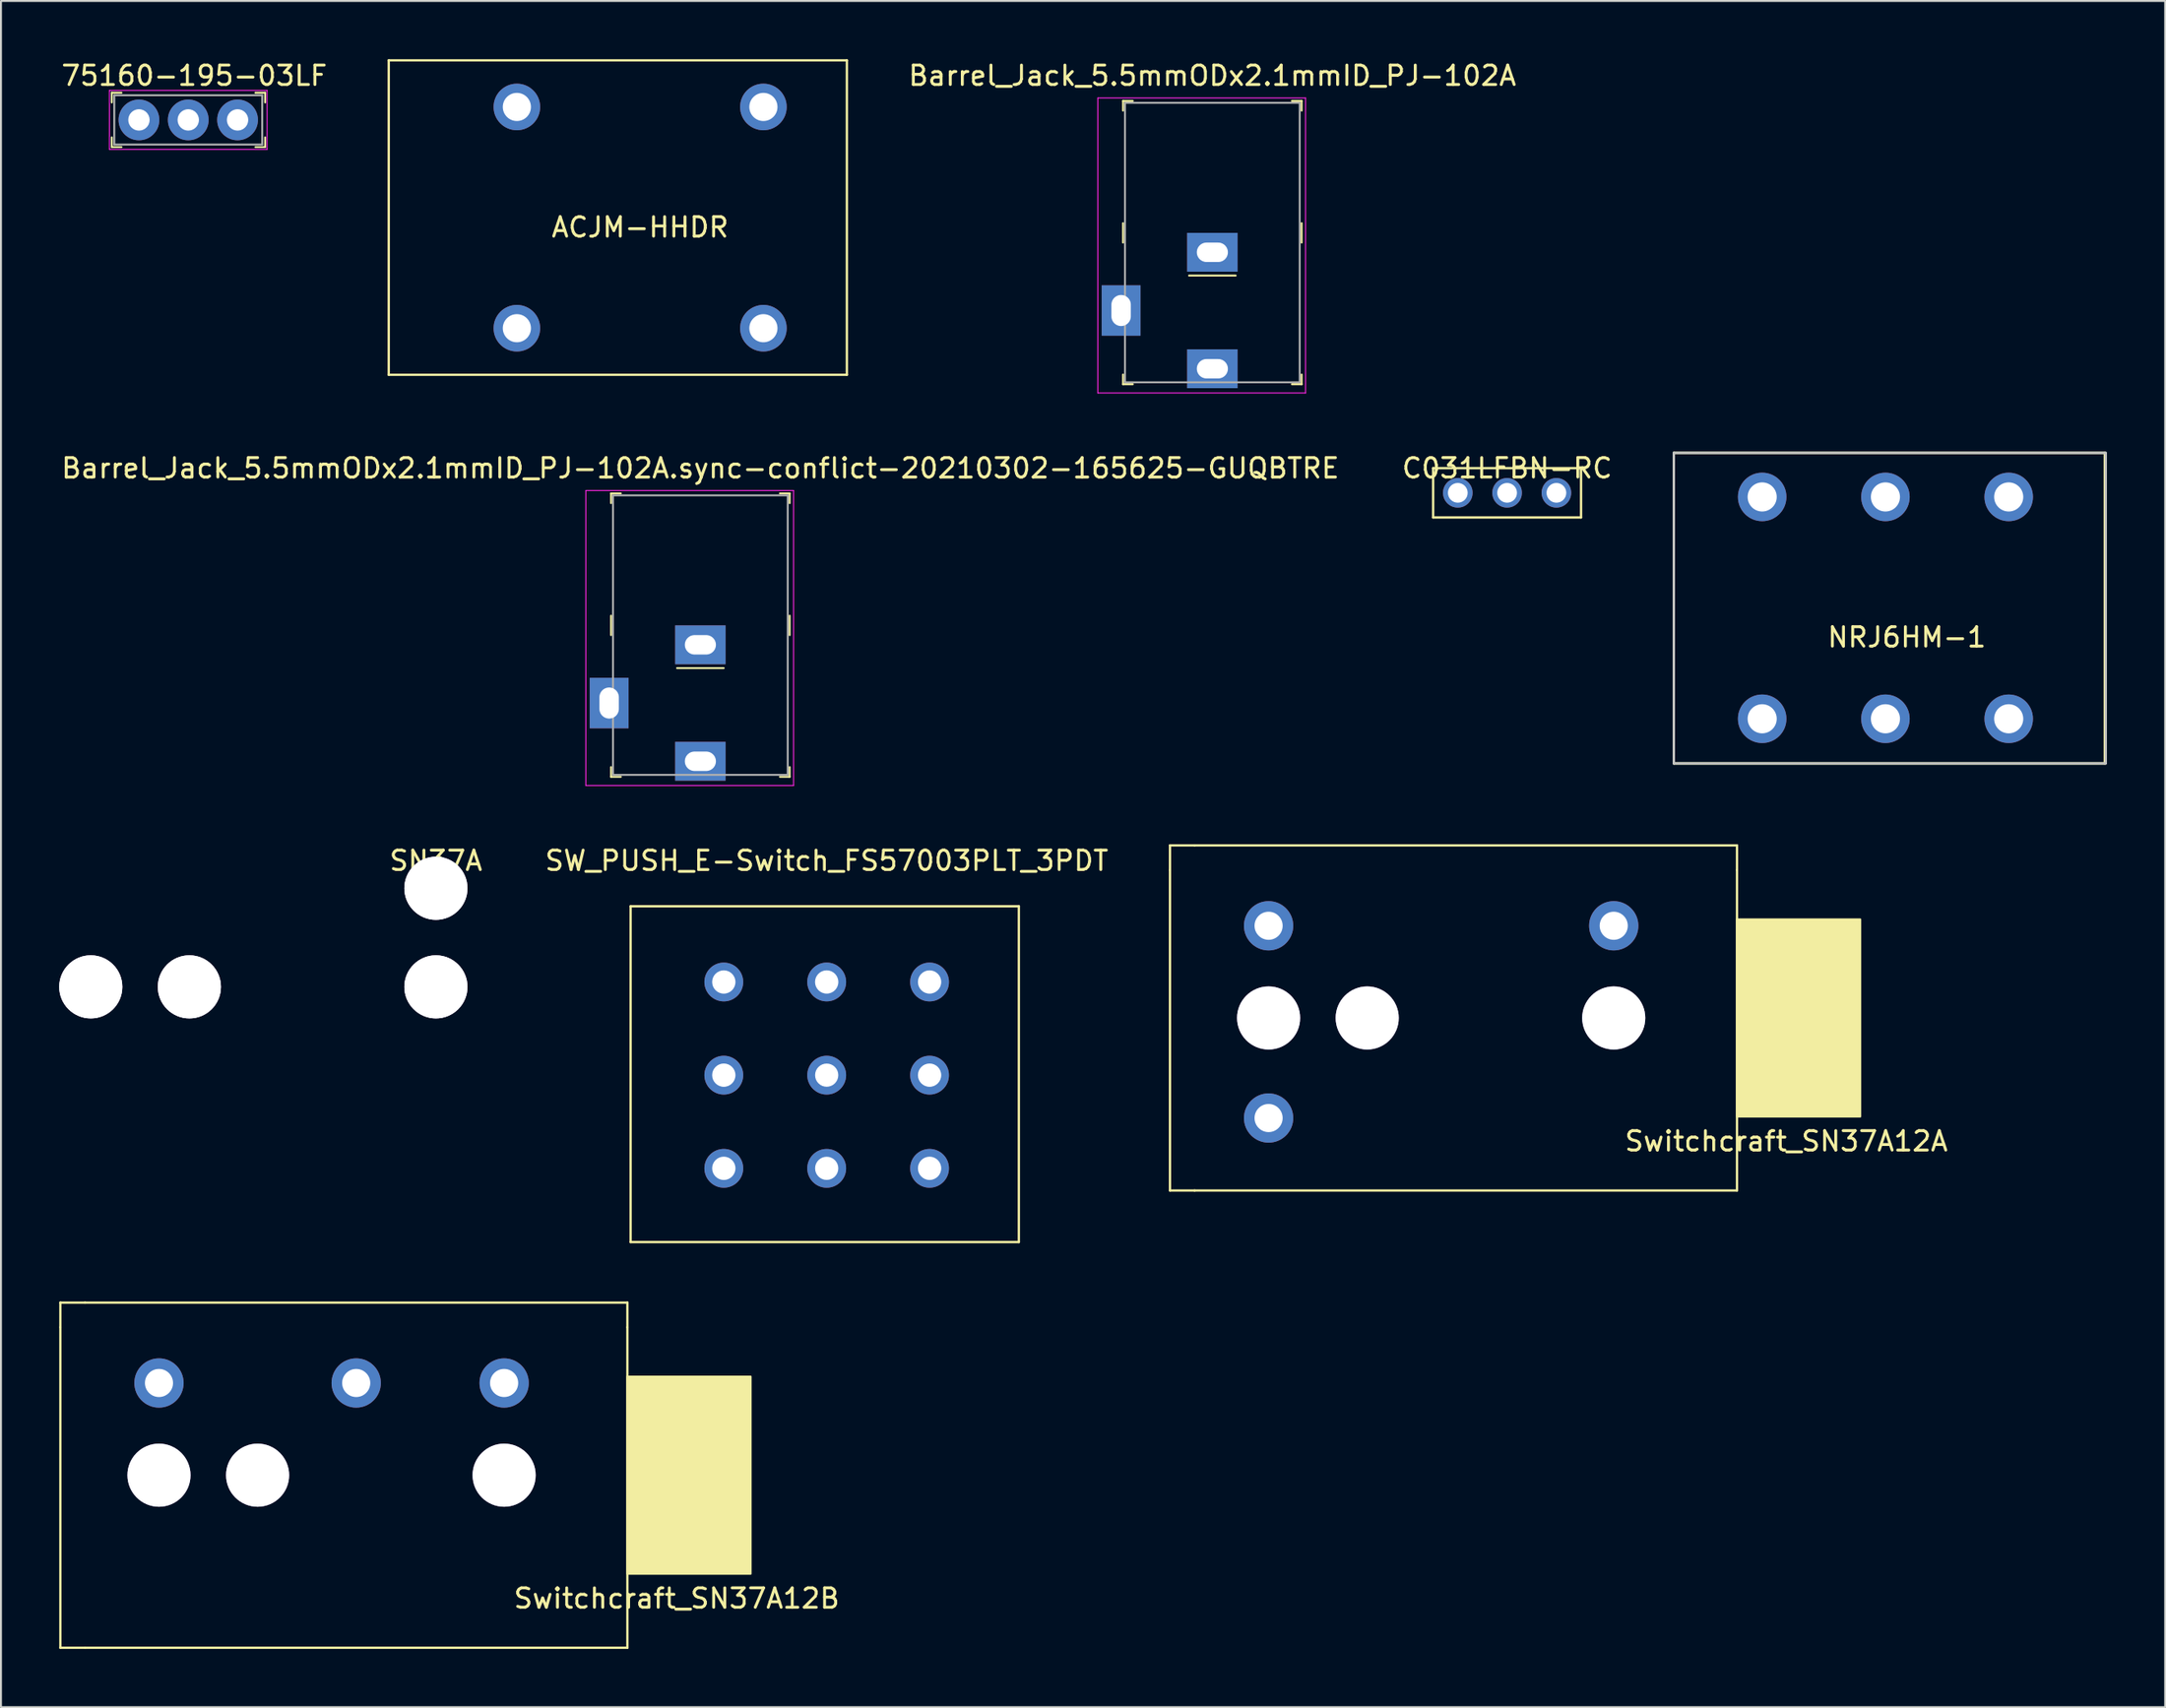
<source format=kicad_pcb>
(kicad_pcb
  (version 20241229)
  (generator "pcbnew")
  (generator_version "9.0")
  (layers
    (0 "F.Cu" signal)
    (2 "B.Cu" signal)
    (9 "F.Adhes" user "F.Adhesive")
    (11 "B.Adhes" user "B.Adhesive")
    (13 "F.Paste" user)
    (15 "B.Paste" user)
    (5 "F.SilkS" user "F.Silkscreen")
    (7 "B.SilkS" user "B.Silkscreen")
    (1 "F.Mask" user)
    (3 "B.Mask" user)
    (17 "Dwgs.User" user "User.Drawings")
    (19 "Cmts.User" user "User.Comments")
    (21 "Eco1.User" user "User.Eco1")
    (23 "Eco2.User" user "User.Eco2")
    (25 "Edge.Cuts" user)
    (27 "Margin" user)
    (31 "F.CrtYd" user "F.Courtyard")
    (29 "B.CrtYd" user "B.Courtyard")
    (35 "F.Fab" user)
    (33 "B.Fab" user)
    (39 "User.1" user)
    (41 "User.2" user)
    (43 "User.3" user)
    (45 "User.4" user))
  (footprint "NRJ6HM-1"
    (layer "F.Cu")
    (at 105.179 29.783)
    (property "Reference" "NRJ6HM-1" (at -10 0 0) (layer "F.SilkS") (effects (font (size 1 1) (thickness 0.15))))
    (attr through_hole)
    (fp_line (start -22 -9.5) (end 0.2 -9.5) (stroke (width 0.12) (type solid)) (layer "F.SilkS"))
    (fp_line (start -22 6.5) (end -22 -9.5) (stroke (width 0.12) (type solid)) (layer "F.SilkS"))
    (fp_line (start 0.2 -9.5) (end 0.2 6.5) (stroke (width 0.12) (type solid)) (layer "F.SilkS"))
    (fp_line (start 0.2 6.5) (end -22 6.5) (stroke (width 0.12) (type solid)) (layer "F.SilkS"))
    (fp_line (start -22 -9.5) (end 0.25 -9.5) (stroke (width 0.12) (type solid)) (layer "Dwgs.User"))
    (fp_line (start -22 6.5) (end -22 -9.5) (stroke (width 0.12) (type solid)) (layer "Dwgs.User"))
    (fp_line (start 0.25 -9.5) (end 0.25 6.5) (stroke (width 0.12) (type solid)) (layer "Dwgs.User"))
    (fp_line (start 0.25 6.5) (end -22 6.5) (stroke (width 0.12) (type solid)) (layer "Dwgs.User"))
    (pad "R" thru_hole circle (at -11.1 -7.23) (size 2.5 2.5) (drill 1.5) (layers "*.Cu" "*.Mask"))
    (pad "RN" thru_hole circle (at -11.1 4.2) (size 2.5 2.5) (drill 1.5) (layers "*.Cu" "*.Mask"))
    (pad "S" thru_hole circle (at -4.75 -7.23) (size 2.5 2.5) (drill 1.5) (layers "*.Cu" "*.Mask"))
    (pad "S" thru_hole circle (at -4.75 4.2) (size 2.5 2.5) (drill 1.5) (layers "*.Cu" "*.Mask"))
    (pad "T" thru_hole circle (at -17.45 -7.23) (size 2.5 2.5) (drill 1.5) (layers "*.Cu" "*.Mask"))
    (pad "TN" thru_hole circle (at -17.45 4.2) (size 2.5 2.5) (drill 1.5) (layers "*.Cu" "*.Mask")))
  (footprint "ACJM-HHDR"
    (layer "F.Cu")
    (at 29.927 8.16)
    (property "Reference" "ACJM-HHDR" (at 0 0.5 0) (layer "F.SilkS") (effects (font (size 1 1) (thickness 0.15))))
    (attr through_hole)
    (fp_line (start -12.95 -8.1) (end 10.65 -8.1) (stroke (width 0.12) (type solid)) (layer "F.SilkS"))
    (fp_line (start -12.95 8.1) (end -12.95 -8.1) (stroke (width 0.12) (type solid)) (layer "F.SilkS"))
    (fp_line (start 10.65 -8.1) (end 10.65 8.1) (stroke (width 0.12) (type solid)) (layer "F.SilkS"))
    (fp_line (start 10.65 8.1) (end -12.95 8.1) (stroke (width 0.12) (type solid)) (layer "F.SilkS"))
    (pad "S" thru_hole circle (at 6.35 -5.7) (size 2.4 2.4) (drill 1.45) (layers "*.Cu" "*.Mask"))
    (pad "SN" thru_hole circle (at 6.35 5.7) (size 2.4 2.4) (drill 1.45) (layers "*.Cu" "*.Mask"))
    (pad "T" thru_hole circle (at -6.35 -5.7) (size 2.4 2.4) (drill 1.45) (layers "*.Cu" "*.Mask"))
    (pad "TN" thru_hole circle (at -6.35 5.7) (size 2.4 2.4) (drill 1.45) (layers "*.Cu" "*.Mask")))
  (footprint "SN37A"
    (layer "F.Cu")
    (at 19.406 47.795)
    (property "Reference" "SN37A" (at 0 -6.5 0) (layer "F.SilkS") (effects (font (size 1 1) (thickness 0.15))))
    (attr through_hole)
    (pad "" thru_hole circle (at -17.78 0) (size 3.251 3.251) (drill 3.251) (layers "*.Cu" "*.Mask" "Dwgs.User"))
    (pad "" thru_hole circle (at -12.7 0) (size 3.251 3.251) (drill 3.251) (layers "*.Cu" "*.Mask" "Dwgs.User"))
    (pad "" thru_hole circle (at 0 0) (size 3.251 3.251) (drill 3.251) (layers "*.Cu" "*.Mask" "Dwgs.User"))
    (pad "0" thru_hole circle (at 0 -5.08) (size 3.251 3.251) (drill 3.251) (layers "*.Cu" "*.Mask" "Dwgs.User")))
  (footprint "Barrel_Jack_5.5mmODx2.1mmID_PJ-102A"
    (layer "F.Cu")
    (at 59.405 12.948)
    (property "Reference" "Barrel_Jack_5.5mmODx2.1mmID_PJ-102A" (at 0 -12.1 0) (layer "F.SilkS") (effects (font (size 1 1) (thickness 0.15))))
    (attr through_hole)
    (fp_line (start -4.6 -10.8) (end -4.6 -10.3) (stroke (width 0.1) (type solid)) (layer "F.SilkS"))
    (fp_line (start -4.6 -10.8) (end -4.1 -10.8) (stroke (width 0.1) (type solid)) (layer "F.SilkS"))
    (fp_line (start -4.6 -3.5) (end -4.6 -4.5) (stroke (width 0.1) (type solid)) (layer "F.SilkS"))
    (fp_line (start -4.6 3.8) (end -4.6 3.3) (stroke (width 0.1) (type solid)) (layer "F.SilkS"))
    (fp_line (start -4.6 3.8) (end -4.1 3.8) (stroke (width 0.1) (type solid)) (layer "F.SilkS"))
    (fp_line (start -1.2 -1.8) (end 1.2 -1.8) (stroke (width 0.1) (type solid)) (layer "F.SilkS"))
    (fp_line (start 4.6 -10.8) (end 4.1 -10.8) (stroke (width 0.1) (type solid)) (layer "F.SilkS"))
    (fp_line (start 4.6 -10.8) (end 4.6 -10.3) (stroke (width 0.1) (type solid)) (layer "F.SilkS"))
    (fp_line (start 4.6 -3.5) (end 4.6 -4.5) (stroke (width 0.1) (type solid)) (layer "F.SilkS"))
    (fp_line (start 4.6 3.8) (end 4.1 3.8) (stroke (width 0.1) (type solid)) (layer "F.SilkS"))
    (fp_line (start 4.6 3.8) (end 4.6 3.3) (stroke (width 0.1) (type solid)) (layer "F.SilkS"))
    (fp_line (start -5.9 -10.95) (end -5.9 4.25) (stroke (width 0.05) (type solid)) (layer "F.CrtYd"))
    (fp_line (start -5.9 -10.95) (end 4.8 -10.95) (stroke (width 0.05) (type solid)) (layer "F.CrtYd"))
    (fp_line (start -5.9 4.25) (end 4.8 4.25) (stroke (width 0.05) (type solid)) (layer "F.CrtYd"))
    (fp_line (start 4.8 -10.95) (end 4.8 4.25) (stroke (width 0.05) (type solid)) (layer "F.CrtYd"))
    (fp_line (start -4.5 -10.7) (end 4.5 -10.7) (stroke (width 0.1) (type solid)) (layer "F.Fab"))
    (fp_line (start -4.5 3.7) (end -4.5 -10.7) (stroke (width 0.1) (type solid)) (layer "F.Fab"))
    (fp_line (start -4.5 3.7) (end 4.5 3.7) (stroke (width 0.1) (type solid)) (layer "F.Fab"))
    (fp_line (start 4.5 3.7) (end 4.5 -10.7) (stroke (width 0.1) (type solid)) (layer "F.Fab"))
    (pad "1" thru_hole rect (at 0 3) (size 2.6 2) (drill oval 1.6 1) (layers "*.Cu" "*.Mask"))
    (pad "2" thru_hole rect (at 0 -3) (size 2.6 2) (drill oval 1.6 1) (layers "*.Cu" "*.Mask"))
    (pad "3" thru_hole rect (at -4.7 0) (size 2 2.6) (drill oval 1 1.6) (layers "*.Cu" "*.Mask")))
  (footprint "Switchcraft_SN37A12B"
    (layer "F.Cu")
    (at 22.92 72.954)
    (property "Reference" "Switchcraft_SN37A12B" (at 8.89 6.35 180) (layer "F.SilkS") (effects (font (size 1 1) (thickness 0.15))))
    (attr through_hole)
    (fp_line (start -22.86 -8.89) (end -22.86 -7.62) (stroke (width 0.12) (type solid)) (layer "F.SilkS"))
    (fp_line (start -22.86 -7.62) (end -22.86 8.89) (stroke (width 0.12) (type solid)) (layer "F.SilkS"))
    (fp_line (start -22.86 8.89) (end -21.59 8.89) (stroke (width 0.12) (type solid)) (layer "F.SilkS"))
    (fp_line (start -21.59 -8.89) (end -22.86 -8.89) (stroke (width 0.12) (type solid)) (layer "F.SilkS"))
    (fp_line (start -21.59 8.89) (end 6.35 8.89) (stroke (width 0.12) (type solid)) (layer "F.SilkS"))
    (fp_line (start 6.35 -8.89) (end -21.59 -8.89) (stroke (width 0.12) (type solid)) (layer "F.SilkS"))
    (fp_line (start 6.35 -8.89) (end 6.35 -7.62) (stroke (width 0.12) (type solid)) (layer "F.SilkS"))
    (fp_line (start 6.35 -7.62) (end 6.35 8.89) (stroke (width 0.12) (type solid)) (layer "F.SilkS"))
    (fp_poly (pts (xy 12.7 5.08) (xy 6.35 5.08) (xy 6.35 -5.08) (xy 12.7 -5.08)) (stroke (width 0.1) (type solid)) (fill yes) (layer "F.SilkS"))
    (pad "" thru_hole circle (at -17.78 0) (size 3.251 3.251) (drill 3.251) (layers "*.Cu" "*.Mask"))
    (pad "" thru_hole circle (at -12.7 0) (size 3.251 3.251) (drill 3.251) (layers "*.Cu" "*.Mask"))
    (pad "" thru_hole circle (at 0 0) (size 3.251 3.251) (drill 3.251) (layers "*.Cu" "*.Mask"))
    (pad "R" thru_hole circle (at -7.62 -4.75) (size 2.54 2.54) (drill 1.448) (layers "*.Cu" "*.Mask"))
    (pad "S" thru_hole circle (at 0 -4.75) (size 2.54 2.54) (drill 1.448) (layers "*.Cu" "*.Mask"))
    (pad "T" thru_hole circle (at -17.78 -4.75) (size 2.54 2.54) (drill 1.448) (layers "*.Cu" "*.Mask")))
  (footprint "Switchcraft_SN37A12A"
    (layer "F.Cu")
    (at 80.082 49.397)
    (property "Reference" "Switchcraft_SN37A12A" (at 8.89 6.35 0) (layer "F.SilkS") (effects (font (size 1 1) (thickness 0.15))))
    (attr through_hole)
    (fp_line (start -22.86 -8.89) (end -22.86 -7.62) (stroke (width 0.12) (type solid)) (layer "F.SilkS"))
    (fp_line (start -22.86 -7.62) (end -22.86 8.89) (stroke (width 0.12) (type solid)) (layer "F.SilkS"))
    (fp_line (start -22.86 8.89) (end -21.59 8.89) (stroke (width 0.12) (type solid)) (layer "F.SilkS"))
    (fp_line (start -21.59 -8.89) (end -22.86 -8.89) (stroke (width 0.12) (type solid)) (layer "F.SilkS"))
    (fp_line (start -21.59 8.89) (end 6.35 8.89) (stroke (width 0.12) (type solid)) (layer "F.SilkS"))
    (fp_line (start 6.35 -8.89) (end -21.59 -8.89) (stroke (width 0.12) (type solid)) (layer "F.SilkS"))
    (fp_line (start 6.35 -8.89) (end 6.35 -7.62) (stroke (width 0.12) (type solid)) (layer "F.SilkS"))
    (fp_line (start 6.35 -7.62) (end 6.35 8.89) (stroke (width 0.12) (type solid)) (layer "F.SilkS"))
    (fp_poly (pts (xy 12.7 5.08) (xy 6.35 5.08) (xy 6.35 -5.08) (xy 12.7 -5.08)) (stroke (width 0.1) (type solid)) (fill yes) (layer "F.SilkS"))
    (pad "" thru_hole circle (at -17.78 0) (size 3.251 3.251) (drill 3.251) (layers "*.Cu" "*.Mask"))
    (pad "" thru_hole circle (at -12.7 0) (size 3.251 3.251) (drill 3.251) (layers "*.Cu" "*.Mask"))
    (pad "" thru_hole circle (at 0 0) (size 3.251 3.251) (drill 3.251) (layers "*.Cu" "*.Mask"))
    (pad "S" thru_hole circle (at 0 -4.75) (size 2.54 2.54) (drill 1.448) (layers "*.Cu" "*.Mask"))
    (pad "T" thru_hole circle (at -17.78 -4.75) (size 2.54 2.54) (drill 1.448) (layers "*.Cu" "*.Mask"))
    (pad "TB" thru_hole circle (at -17.78 5.156) (size 2.54 2.54) (drill 1.448) (layers "*.Cu" "*.Mask")))
  (footprint "Barrel_Jack_5.5mmODx2.1mmID_PJ-102A.sync-conflict-20210302-165625-GUQBTRE"
    (layer "F.Cu")
    (at 33.03 33.172)
    (property "Reference" "Barrel_Jack_5.5mmODx2.1mmID_PJ-102A.sync-conflict-20210302-165625-GUQBTRE" (at 0 -12.1 0) (layer "F.SilkS") (effects (font (size 1 1) (thickness 0.15))))
    (attr through_hole)
    (fp_line (start -4.6 -10.8) (end -4.6 -10.3) (stroke (width 0.1) (type solid)) (layer "F.SilkS"))
    (fp_line (start -4.6 -10.8) (end -4.1 -10.8) (stroke (width 0.1) (type solid)) (layer "F.SilkS"))
    (fp_line (start -4.6 -3.5) (end -4.6 -4.5) (stroke (width 0.1) (type solid)) (layer "F.SilkS"))
    (fp_line (start -4.6 3.8) (end -4.6 3.3) (stroke (width 0.1) (type solid)) (layer "F.SilkS"))
    (fp_line (start -4.6 3.8) (end -4.1 3.8) (stroke (width 0.1) (type solid)) (layer "F.SilkS"))
    (fp_line (start -1.2 -1.8) (end 1.2 -1.8) (stroke (width 0.1) (type solid)) (layer "F.SilkS"))
    (fp_line (start 4.6 -10.8) (end 4.1 -10.8) (stroke (width 0.1) (type solid)) (layer "F.SilkS"))
    (fp_line (start 4.6 -10.8) (end 4.6 -10.3) (stroke (width 0.1) (type solid)) (layer "F.SilkS"))
    (fp_line (start 4.6 -3.5) (end 4.6 -4.5) (stroke (width 0.1) (type solid)) (layer "F.SilkS"))
    (fp_line (start 4.6 3.8) (end 4.1 3.8) (stroke (width 0.1) (type solid)) (layer "F.SilkS"))
    (fp_line (start 4.6 3.8) (end 4.6 3.3) (stroke (width 0.1) (type solid)) (layer "F.SilkS"))
    (fp_line (start -5.9 -10.95) (end -5.9 4.25) (stroke (width 0.05) (type solid)) (layer "F.CrtYd"))
    (fp_line (start -5.9 -10.95) (end 4.8 -10.95) (stroke (width 0.05) (type solid)) (layer "F.CrtYd"))
    (fp_line (start -5.9 4.25) (end 4.8 4.25) (stroke (width 0.05) (type solid)) (layer "F.CrtYd"))
    (fp_line (start 4.8 -10.95) (end 4.8 4.25) (stroke (width 0.05) (type solid)) (layer "F.CrtYd"))
    (fp_line (start -4.5 -10.7) (end 4.5 -10.7) (stroke (width 0.1) (type solid)) (layer "F.Fab"))
    (fp_line (start -4.5 3.7) (end -4.5 -10.7) (stroke (width 0.1) (type solid)) (layer "F.Fab"))
    (fp_line (start -4.5 3.7) (end 4.5 3.7) (stroke (width 0.1) (type solid)) (layer "F.Fab"))
    (fp_line (start 4.5 3.7) (end 4.5 -10.7) (stroke (width 0.1) (type solid)) (layer "F.Fab"))
    (pad "1" thru_hole rect (at 0 3) (size 2.6 2) (drill oval 1.6 1) (layers "*.Cu" "*.Mask"))
    (pad "2" thru_hole rect (at 0 -3) (size 2.6 2) (drill oval 1.6 1) (layers "*.Cu" "*.Mask"))
    (pad "3" thru_hole rect (at -4.7 0) (size 2 2.6) (drill oval 1 1.6) (layers "*.Cu" "*.Mask")))
  (footprint "75160-195-03LF"
    (layer "F.Cu")
    (at 4.108 3.128)
    (property "Reference" "75160-195-03LF" (at 2.85 -2.28 0) (layer "F.SilkS") (effects (font (size 1 1) (thickness 0.15))))
    (attr through_hole)
    (fp_line (start -1.4 -1.4) (end -1.4 -0.9) (stroke (width 0.1) (type solid)) (layer "F.SilkS"))
    (fp_line (start -1.4 -1.4) (end -0.9 -1.4) (stroke (width 0.1) (type solid)) (layer "F.SilkS"))
    (fp_line (start -1.4 1.4) (end -1.4 0.9) (stroke (width 0.1) (type solid)) (layer "F.SilkS"))
    (fp_line (start -1.4 1.4) (end -0.9 1.4) (stroke (width 0.1) (type solid)) (layer "F.SilkS"))
    (fp_line (start 6.5 -1.4) (end 6 -1.4) (stroke (width 0.1) (type solid)) (layer "F.SilkS"))
    (fp_line (start 6.5 -1.4) (end 6.5 -0.9) (stroke (width 0.1) (type solid)) (layer "F.SilkS"))
    (fp_line (start 6.5 1.4) (end 6 1.4) (stroke (width 0.1) (type solid)) (layer "F.SilkS"))
    (fp_line (start 6.5 1.4) (end 6.5 0.9) (stroke (width 0.1) (type solid)) (layer "F.SilkS"))
    (fp_line (start -1.52 -1.52) (end -1.52 1.52) (stroke (width 0.05) (type solid)) (layer "F.CrtYd"))
    (fp_line (start -1.52 -1.52) (end 6.6 -1.52) (stroke (width 0.05) (type solid)) (layer "F.CrtYd"))
    (fp_line (start -1.52 1.52) (end 6.6 1.52) (stroke (width 0.05) (type solid)) (layer "F.CrtYd"))
    (fp_line (start 6.6 -1.52) (end 6.6 1.52) (stroke (width 0.05) (type solid)) (layer "F.CrtYd"))
    (fp_line (start -1.27 -1.27) (end -1.27 1.27) (stroke (width 0.1) (type solid)) (layer "F.Fab"))
    (fp_line (start -1.27 -1.27) (end 6.35 -1.27) (stroke (width 0.1) (type solid)) (layer "F.Fab"))
    (fp_line (start -1.27 1.27) (end 6.35 1.27) (stroke (width 0.1) (type solid)) (layer "F.Fab"))
    (fp_line (start 6.35 -1.27) (end 6.35 1.27) (stroke (width 0.1) (type solid)) (layer "F.Fab"))
    (pad "1" thru_hole circle (at 0 0) (size 2.1 2.1) (drill 1.1) (layers "*.Cu" "*.Mask"))
    (pad "2" thru_hole circle (at 2.54 0) (size 2.1 2.1) (drill 1.1) (layers "*.Cu" "*.Mask"))
    (pad "3" thru_hole circle (at 5.08 0) (size 2.1 2.1) (drill 1.1) (layers "*.Cu" "*.Mask")))
  (footprint "SW_PUSH_E-Switch_FS57003PLT_3PDT"
    (layer "F.Cu")
    (at 39.537 52.344)
    (property "Reference" "SW_PUSH_E-Switch_FS57003PLT_3PDT" (at 0 -11.049 0) (layer "F.SilkS") (effects (font (size 1 1) (thickness 0.15))))
    (attr through_hole)
    (fp_line (start -10.1 -8.7) (end -10.1 8.6) (stroke (width 0.12) (type solid)) (layer "F.SilkS"))
    (fp_line (start 9.9 -8.7) (end -10.1 -8.7) (stroke (width 0.12) (type solid)) (layer "F.SilkS"))
    (fp_line (start 9.9 8.6) (end -10.1 8.6) (stroke (width 0.12) (type solid)) (layer "F.SilkS"))
    (fp_line (start 9.9 8.6) (end 9.9 -8.7) (stroke (width 0.12) (type solid)) (layer "F.SilkS"))
    (pad "1" thru_hole circle (at -5.3 4.8) (size 2 2) (drill 1.2) (layers "*.Cu" "*.Mask"))
    (pad "2" thru_hole circle (at -5.3 0) (size 2 2) (drill 1.2) (layers "*.Cu" "*.Mask"))
    (pad "3" thru_hole circle (at -5.3 -4.8) (size 2 2) (drill 1.2) (layers "*.Cu" "*.Mask"))
    (pad "4" thru_hole circle (at 0 4.801) (size 2 2) (drill 1.194) (layers "*.Cu" "*.Mask"))
    (pad "5" thru_hole circle (at 0 0) (size 2 2) (drill 1.194) (layers "*.Cu" "*.Mask"))
    (pad "6" thru_hole circle (at 0 -4.801) (size 2 2) (drill 1.2) (layers "*.Cu" "*.Mask"))
    (pad "7" thru_hole circle (at 5.3 4.8) (size 2 2) (drill 1.2) (layers "*.Cu" "*.Mask"))
    (pad "8" thru_hole circle (at 5.3 0) (size 2 2) (drill 1.2) (layers "*.Cu" "*.Mask"))
    (pad "9" thru_hole circle (at 5.3 -4.8) (size 2 2) (drill 1.2) (layers "*.Cu" "*.Mask")))
  (footprint "C031LFBN-RC"
    (layer "F.Cu")
    (at 74.589 22.341)
    (property "Reference" "C031LFBN-RC" (at 0 -1.27 0) (layer "F.SilkS") (effects (font (size 1 1) (thickness 0.15))))
    (attr through_hole)
    (fp_line (start -3.81 -1.27) (end 3.81 -1.27) (stroke (width 0.12) (type solid)) (layer "F.SilkS"))
    (fp_line (start -3.81 1.27) (end -3.81 -1.27) (stroke (width 0.12) (type solid)) (layer "F.SilkS"))
    (fp_line (start 3.81 -1.27) (end 3.81 1.27) (stroke (width 0.12) (type solid)) (layer "F.SilkS"))
    (fp_line (start 3.81 1.27) (end -3.81 1.27) (stroke (width 0.12) (type solid)) (layer "F.SilkS"))
    (pad "1" thru_hole circle (at -2.54 0) (size 1.524 1.524) (drill 1.016) (layers "*.Cu" "*.Mask"))
    (pad "2" thru_hole circle (at 0 0) (size 1.524 1.524) (drill 1.016) (layers "*.Cu" "*.Mask"))
    (pad "3" thru_hole circle (at 2.54 0) (size 1.524 1.524) (drill 1.016) (layers "*.Cu" "*.Mask")))
  (gr_rect
    (start -3 -3)
    (end 108.489 84.904)
    (stroke (width 0.1) (type default))
    (fill no)
    (layer "Edge.Cuts")))
</source>
